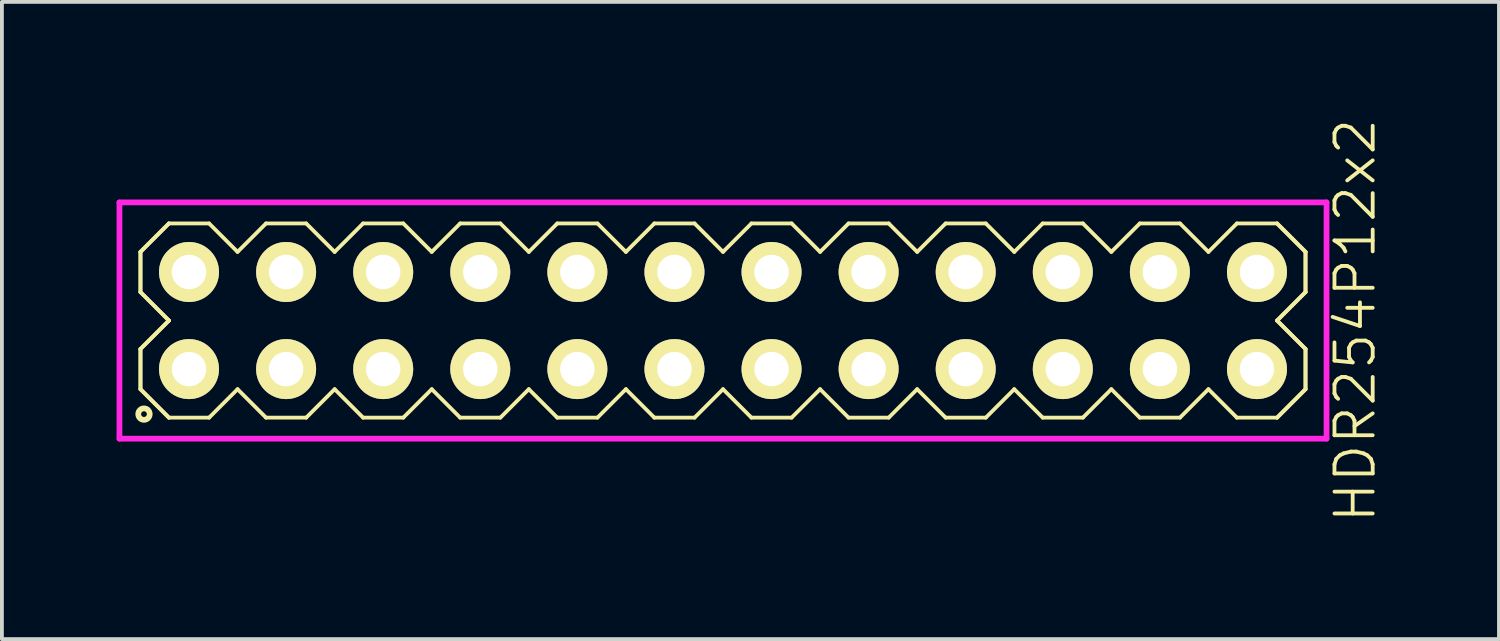
<source format=kicad_pcb>
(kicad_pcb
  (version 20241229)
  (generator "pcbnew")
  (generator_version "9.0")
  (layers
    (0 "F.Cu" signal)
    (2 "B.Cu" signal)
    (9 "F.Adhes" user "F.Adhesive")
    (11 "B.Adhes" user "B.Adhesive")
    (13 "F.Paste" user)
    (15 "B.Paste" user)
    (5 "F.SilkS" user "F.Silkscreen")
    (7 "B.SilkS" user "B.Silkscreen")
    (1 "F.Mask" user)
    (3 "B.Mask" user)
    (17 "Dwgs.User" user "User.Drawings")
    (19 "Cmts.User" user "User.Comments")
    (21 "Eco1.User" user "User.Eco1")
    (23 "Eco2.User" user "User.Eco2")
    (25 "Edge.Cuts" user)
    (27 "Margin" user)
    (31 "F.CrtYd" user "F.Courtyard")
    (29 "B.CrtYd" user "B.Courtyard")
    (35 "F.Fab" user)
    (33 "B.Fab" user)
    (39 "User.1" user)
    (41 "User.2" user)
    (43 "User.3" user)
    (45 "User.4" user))
  (footprint "HDR254P12x2"
    (layer "F.Cu")
    (at 15.865 5.336)
    (property "Reference" "HDR254P12x2" (at 16.54 0 90) (layer "F.SilkS") (effects (font (size 1 1) (thickness 0.1))))
    (attr through_hole)
    (fp_line (start -15.24 -1.796) (end -14.496 -2.54) (stroke (width 0.1) (type solid)) (layer "F.SilkS"))
    (fp_line (start -15.24 -1.796) (end -14.496 -2.54) (stroke (width 0.1) (type solid)) (layer "F.SilkS"))
    (fp_line (start -15.24 -0.744) (end -15.24 -1.796) (stroke (width 0.1) (type solid)) (layer "F.SilkS"))
    (fp_line (start -15.24 -0.744) (end -15.24 -1.796) (stroke (width 0.1) (type solid)) (layer "F.SilkS"))
    (fp_line (start -15.24 0.744) (end -14.496 0) (stroke (width 0.1) (type solid)) (layer "F.SilkS"))
    (fp_line (start -15.24 0.744) (end -14.496 0) (stroke (width 0.1) (type solid)) (layer "F.SilkS"))
    (fp_line (start -15.24 1.796) (end -15.24 0.744) (stroke (width 0.1) (type solid)) (layer "F.SilkS"))
    (fp_line (start -15.24 1.796) (end -15.24 0.744) (stroke (width 0.1) (type solid)) (layer "F.SilkS"))
    (fp_line (start -14.496 -2.54) (end -13.444 -2.54) (stroke (width 0.1) (type solid)) (layer "F.SilkS"))
    (fp_line (start -14.496 0) (end -15.24 -0.744) (stroke (width 0.1) (type solid)) (layer "F.SilkS"))
    (fp_line (start -14.496 0) (end -15.24 -0.744) (stroke (width 0.1) (type solid)) (layer "F.SilkS"))
    (fp_line (start -14.496 2.54) (end -15.24 1.796) (stroke (width 0.1) (type solid)) (layer "F.SilkS"))
    (fp_line (start -14.496 2.54) (end -15.24 1.796) (stroke (width 0.1) (type solid)) (layer "F.SilkS"))
    (fp_line (start -13.444 -2.54) (end -12.7 -1.796) (stroke (width 0.1) (type solid)) (layer "F.SilkS"))
    (fp_line (start -13.444 2.54) (end -14.496 2.54) (stroke (width 0.1) (type solid)) (layer "F.SilkS"))
    (fp_line (start -12.7 -1.796) (end -11.956 -2.54) (stroke (width 0.1) (type solid)) (layer "F.SilkS"))
    (fp_line (start -12.7 1.796) (end -13.444 2.54) (stroke (width 0.1) (type solid)) (layer "F.SilkS"))
    (fp_line (start -11.956 -2.54) (end -10.904 -2.54) (stroke (width 0.1) (type solid)) (layer "F.SilkS"))
    (fp_line (start -11.956 2.54) (end -12.7 1.796) (stroke (width 0.1) (type solid)) (layer "F.SilkS"))
    (fp_line (start -10.904 -2.54) (end -10.16 -1.796) (stroke (width 0.1) (type solid)) (layer "F.SilkS"))
    (fp_line (start -10.904 2.54) (end -11.956 2.54) (stroke (width 0.1) (type solid)) (layer "F.SilkS"))
    (fp_line (start -10.16 -1.796) (end -9.416 -2.54) (stroke (width 0.1) (type solid)) (layer "F.SilkS"))
    (fp_line (start -10.16 1.796) (end -10.904 2.54) (stroke (width 0.1) (type solid)) (layer "F.SilkS"))
    (fp_line (start -9.416 -2.54) (end -8.364 -2.54) (stroke (width 0.1) (type solid)) (layer "F.SilkS"))
    (fp_line (start -9.416 2.54) (end -10.16 1.796) (stroke (width 0.1) (type solid)) (layer "F.SilkS"))
    (fp_line (start -8.364 -2.54) (end -7.62 -1.796) (stroke (width 0.1) (type solid)) (layer "F.SilkS"))
    (fp_line (start -8.364 2.54) (end -9.416 2.54) (stroke (width 0.1) (type solid)) (layer "F.SilkS"))
    (fp_line (start -7.62 -1.796) (end -6.876 -2.54) (stroke (width 0.1) (type solid)) (layer "F.SilkS"))
    (fp_line (start -7.62 1.796) (end -8.364 2.54) (stroke (width 0.1) (type solid)) (layer "F.SilkS"))
    (fp_line (start -6.876 -2.54) (end -5.824 -2.54) (stroke (width 0.1) (type solid)) (layer "F.SilkS"))
    (fp_line (start -6.876 2.54) (end -7.62 1.796) (stroke (width 0.1) (type solid)) (layer "F.SilkS"))
    (fp_line (start -5.824 -2.54) (end -5.08 -1.796) (stroke (width 0.1) (type solid)) (layer "F.SilkS"))
    (fp_line (start -5.824 2.54) (end -6.876 2.54) (stroke (width 0.1) (type solid)) (layer "F.SilkS"))
    (fp_line (start -5.08 -1.796) (end -4.336 -2.54) (stroke (width 0.1) (type solid)) (layer "F.SilkS"))
    (fp_line (start -5.08 1.796) (end -5.824 2.54) (stroke (width 0.1) (type solid)) (layer "F.SilkS"))
    (fp_line (start -4.336 -2.54) (end -3.284 -2.54) (stroke (width 0.1) (type solid)) (layer "F.SilkS"))
    (fp_line (start -4.336 2.54) (end -5.08 1.796) (stroke (width 0.1) (type solid)) (layer "F.SilkS"))
    (fp_line (start -3.284 -2.54) (end -2.54 -1.796) (stroke (width 0.1) (type solid)) (layer "F.SilkS"))
    (fp_line (start -3.284 2.54) (end -4.336 2.54) (stroke (width 0.1) (type solid)) (layer "F.SilkS"))
    (fp_line (start -2.54 -1.796) (end -1.796 -2.54) (stroke (width 0.1) (type solid)) (layer "F.SilkS"))
    (fp_line (start -2.54 1.796) (end -3.284 2.54) (stroke (width 0.1) (type solid)) (layer "F.SilkS"))
    (fp_line (start -1.796 -2.54) (end -0.744 -2.54) (stroke (width 0.1) (type solid)) (layer "F.SilkS"))
    (fp_line (start -1.796 2.54) (end -2.54 1.796) (stroke (width 0.1) (type solid)) (layer "F.SilkS"))
    (fp_line (start -0.744 -2.54) (end 0 -1.796) (stroke (width 0.1) (type solid)) (layer "F.SilkS"))
    (fp_line (start -0.744 2.54) (end -1.796 2.54) (stroke (width 0.1) (type solid)) (layer "F.SilkS"))
    (fp_line (start 0 -1.796) (end 0.744 -2.54) (stroke (width 0.1) (type solid)) (layer "F.SilkS"))
    (fp_line (start 0 1.796) (end -0.744 2.54) (stroke (width 0.1) (type solid)) (layer "F.SilkS"))
    (fp_line (start 0.744 -2.54) (end 1.796 -2.54) (stroke (width 0.1) (type solid)) (layer "F.SilkS"))
    (fp_line (start 0.744 2.54) (end 0 1.796) (stroke (width 0.1) (type solid)) (layer "F.SilkS"))
    (fp_line (start 1.796 -2.54) (end 2.54 -1.796) (stroke (width 0.1) (type solid)) (layer "F.SilkS"))
    (fp_line (start 1.796 2.54) (end 0.744 2.54) (stroke (width 0.1) (type solid)) (layer "F.SilkS"))
    (fp_line (start 2.54 -1.796) (end 3.284 -2.54) (stroke (width 0.1) (type solid)) (layer "F.SilkS"))
    (fp_line (start 2.54 1.796) (end 1.796 2.54) (stroke (width 0.1) (type solid)) (layer "F.SilkS"))
    (fp_line (start 3.284 -2.54) (end 4.336 -2.54) (stroke (width 0.1) (type solid)) (layer "F.SilkS"))
    (fp_line (start 3.284 2.54) (end 2.54 1.796) (stroke (width 0.1) (type solid)) (layer "F.SilkS"))
    (fp_line (start 4.336 -2.54) (end 5.08 -1.796) (stroke (width 0.1) (type solid)) (layer "F.SilkS"))
    (fp_line (start 4.336 2.54) (end 3.284 2.54) (stroke (width 0.1) (type solid)) (layer "F.SilkS"))
    (fp_line (start 5.08 -1.796) (end 5.824 -2.54) (stroke (width 0.1) (type solid)) (layer "F.SilkS"))
    (fp_line (start 5.08 1.796) (end 4.336 2.54) (stroke (width 0.1) (type solid)) (layer "F.SilkS"))
    (fp_line (start 5.824 -2.54) (end 6.876 -2.54) (stroke (width 0.1) (type solid)) (layer "F.SilkS"))
    (fp_line (start 5.824 2.54) (end 5.08 1.796) (stroke (width 0.1) (type solid)) (layer "F.SilkS"))
    (fp_line (start 6.876 -2.54) (end 7.62 -1.796) (stroke (width 0.1) (type solid)) (layer "F.SilkS"))
    (fp_line (start 6.876 2.54) (end 5.824 2.54) (stroke (width 0.1) (type solid)) (layer "F.SilkS"))
    (fp_line (start 7.62 -1.796) (end 8.364 -2.54) (stroke (width 0.1) (type solid)) (layer "F.SilkS"))
    (fp_line (start 7.62 1.796) (end 6.876 2.54) (stroke (width 0.1) (type solid)) (layer "F.SilkS"))
    (fp_line (start 8.364 -2.54) (end 9.416 -2.54) (stroke (width 0.1) (type solid)) (layer "F.SilkS"))
    (fp_line (start 8.364 2.54) (end 7.62 1.796) (stroke (width 0.1) (type solid)) (layer "F.SilkS"))
    (fp_line (start 9.416 -2.54) (end 10.16 -1.796) (stroke (width 0.1) (type solid)) (layer "F.SilkS"))
    (fp_line (start 9.416 2.54) (end 8.364 2.54) (stroke (width 0.1) (type solid)) (layer "F.SilkS"))
    (fp_line (start 10.16 -1.796) (end 10.904 -2.54) (stroke (width 0.1) (type solid)) (layer "F.SilkS"))
    (fp_line (start 10.16 1.796) (end 9.416 2.54) (stroke (width 0.1) (type solid)) (layer "F.SilkS"))
    (fp_line (start 10.904 -2.54) (end 11.956 -2.54) (stroke (width 0.1) (type solid)) (layer "F.SilkS"))
    (fp_line (start 10.904 2.54) (end 10.16 1.796) (stroke (width 0.1) (type solid)) (layer "F.SilkS"))
    (fp_line (start 11.956 -2.54) (end 12.7 -1.796) (stroke (width 0.1) (type solid)) (layer "F.SilkS"))
    (fp_line (start 11.956 2.54) (end 10.904 2.54) (stroke (width 0.1) (type solid)) (layer "F.SilkS"))
    (fp_line (start 12.7 -1.796) (end 13.444 -2.54) (stroke (width 0.1) (type solid)) (layer "F.SilkS"))
    (fp_line (start 12.7 1.796) (end 11.956 2.54) (stroke (width 0.1) (type solid)) (layer "F.SilkS"))
    (fp_line (start 13.444 -2.54) (end 14.496 -2.54) (stroke (width 0.1) (type solid)) (layer "F.SilkS"))
    (fp_line (start 13.444 2.54) (end 12.7 1.796) (stroke (width 0.1) (type solid)) (layer "F.SilkS"))
    (fp_line (start 14.496 -2.54) (end 15.24 -1.796) (stroke (width 0.1) (type solid)) (layer "F.SilkS"))
    (fp_line (start 14.496 -2.54) (end 15.24 -1.796) (stroke (width 0.1) (type solid)) (layer "F.SilkS"))
    (fp_line (start 14.496 0) (end 15.24 0.744) (stroke (width 0.1) (type solid)) (layer "F.SilkS"))
    (fp_line (start 14.496 0) (end 15.24 0.744) (stroke (width 0.1) (type solid)) (layer "F.SilkS"))
    (fp_line (start 14.496 2.54) (end 13.444 2.54) (stroke (width 0.1) (type solid)) (layer "F.SilkS"))
    (fp_line (start 15.24 -1.796) (end 15.24 -0.744) (stroke (width 0.1) (type solid)) (layer "F.SilkS"))
    (fp_line (start 15.24 -1.796) (end 15.24 -0.744) (stroke (width 0.1) (type solid)) (layer "F.SilkS"))
    (fp_line (start 15.24 -0.744) (end 14.496 0) (stroke (width 0.1) (type solid)) (layer "F.SilkS"))
    (fp_line (start 15.24 -0.744) (end 14.496 0) (stroke (width 0.1) (type solid)) (layer "F.SilkS"))
    (fp_line (start 15.24 0.744) (end 15.24 1.796) (stroke (width 0.1) (type solid)) (layer "F.SilkS"))
    (fp_line (start 15.24 0.744) (end 15.24 1.796) (stroke (width 0.1) (type solid)) (layer "F.SilkS"))
    (fp_line (start 15.24 1.796) (end 14.496 2.54) (stroke (width 0.1) (type solid)) (layer "F.SilkS"))
    (fp_line (start 15.24 1.796) (end 14.496 2.54) (stroke (width 0.1) (type solid)) (layer "F.SilkS"))
    (fp_circle (center -15.148 2.448) (end -14.998 2.448) (stroke (width 0.15) (type solid)) (fill no) (layer "F.SilkS"))
    (fp_line (start -15.79 -3.09) (end -15.79 3.09) (stroke (width 0.15) (type solid)) (layer "F.CrtYd"))
    (fp_line (start -15.79 3.09) (end 15.79 3.09) (stroke (width 0.15) (type solid)) (layer "F.CrtYd"))
    (fp_line (start 15.79 -3.09) (end -15.79 -3.09) (stroke (width 0.15) (type solid)) (layer "F.CrtYd"))
    (fp_line (start 15.79 3.09) (end 15.79 -3.09) (stroke (width 0.15) (type solid)) (layer "F.CrtYd"))
    (pad "1" thru_hole oval (at -13.97 1.27) (size 1.57 1.57) (drill 0.9) (layers "*.Cu" "*.Mask" "F.SilkS"))
    (pad "2" thru_hole oval (at -13.97 -1.27) (size 1.57 1.57) (drill 0.9) (layers "*.Cu" "*.Mask" "F.SilkS"))
    (pad "3" thru_hole oval (at -11.43 1.27) (size 1.57 1.57) (drill 0.9) (layers "*.Cu" "*.Mask" "F.SilkS"))
    (pad "4" thru_hole oval (at -11.43 -1.27) (size 1.57 1.57) (drill 0.9) (layers "*.Cu" "*.Mask" "F.SilkS"))
    (pad "5" thru_hole oval (at -8.89 1.27) (size 1.57 1.57) (drill 0.9) (layers "*.Cu" "*.Mask" "F.SilkS"))
    (pad "6" thru_hole oval (at -8.89 -1.27) (size 1.57 1.57) (drill 0.9) (layers "*.Cu" "*.Mask" "F.SilkS"))
    (pad "7" thru_hole oval (at -6.35 1.27) (size 1.57 1.57) (drill 0.9) (layers "*.Cu" "*.Mask" "F.SilkS"))
    (pad "8" thru_hole oval (at -6.35 -1.27) (size 1.57 1.57) (drill 0.9) (layers "*.Cu" "*.Mask" "F.SilkS"))
    (pad "9" thru_hole oval (at -3.81 1.27) (size 1.57 1.57) (drill 0.9) (layers "*.Cu" "*.Mask" "F.SilkS"))
    (pad "10" thru_hole oval (at -3.81 -1.27) (size 1.57 1.57) (drill 0.9) (layers "*.Cu" "*.Mask" "F.SilkS"))
    (pad "11" thru_hole oval (at -1.27 1.27) (size 1.57 1.57) (drill 0.9) (layers "*.Cu" "*.Mask" "F.SilkS"))
    (pad "12" thru_hole oval (at -1.27 -1.27) (size 1.57 1.57) (drill 0.9) (layers "*.Cu" "*.Mask" "F.SilkS"))
    (pad "13" thru_hole oval (at 1.27 1.27) (size 1.57 1.57) (drill 0.9) (layers "*.Cu" "*.Mask" "F.SilkS"))
    (pad "14" thru_hole oval (at 1.27 -1.27) (size 1.57 1.57) (drill 0.9) (layers "*.Cu" "*.Mask" "F.SilkS"))
    (pad "15" thru_hole oval (at 3.81 1.27) (size 1.57 1.57) (drill 0.9) (layers "*.Cu" "*.Mask" "F.SilkS"))
    (pad "16" thru_hole oval (at 3.81 -1.27) (size 1.57 1.57) (drill 0.9) (layers "*.Cu" "*.Mask" "F.SilkS"))
    (pad "17" thru_hole oval (at 6.35 1.27) (size 1.57 1.57) (drill 0.9) (layers "*.Cu" "*.Mask" "F.SilkS"))
    (pad "18" thru_hole oval (at 6.35 -1.27) (size 1.57 1.57) (drill 0.9) (layers "*.Cu" "*.Mask" "F.SilkS"))
    (pad "19" thru_hole oval (at 8.89 1.27) (size 1.57 1.57) (drill 0.9) (layers "*.Cu" "*.Mask" "F.SilkS"))
    (pad "20" thru_hole oval (at 8.89 -1.27) (size 1.57 1.57) (drill 0.9) (layers "*.Cu" "*.Mask" "F.SilkS"))
    (pad "21" thru_hole oval (at 11.43 1.27) (size 1.57 1.57) (drill 0.9) (layers "*.Cu" "*.Mask" "F.SilkS"))
    (pad "22" thru_hole oval (at 11.43 -1.27) (size 1.57 1.57) (drill 0.9) (layers "*.Cu" "*.Mask" "F.SilkS"))
    (pad "23" thru_hole oval (at 13.97 1.27) (size 1.57 1.57) (drill 0.9) (layers "*.Cu" "*.Mask" "F.SilkS"))
    (pad "24" thru_hole oval (at 13.97 -1.27) (size 1.57 1.57) (drill 0.9) (layers "*.Cu" "*.Mask" "F.SilkS")))
  (gr_rect
    (start -3 -3)
    (end 36.166 13.671)
    (stroke (width 0.1) (type default))
    (fill no)
    (layer "Edge.Cuts")))
</source>
